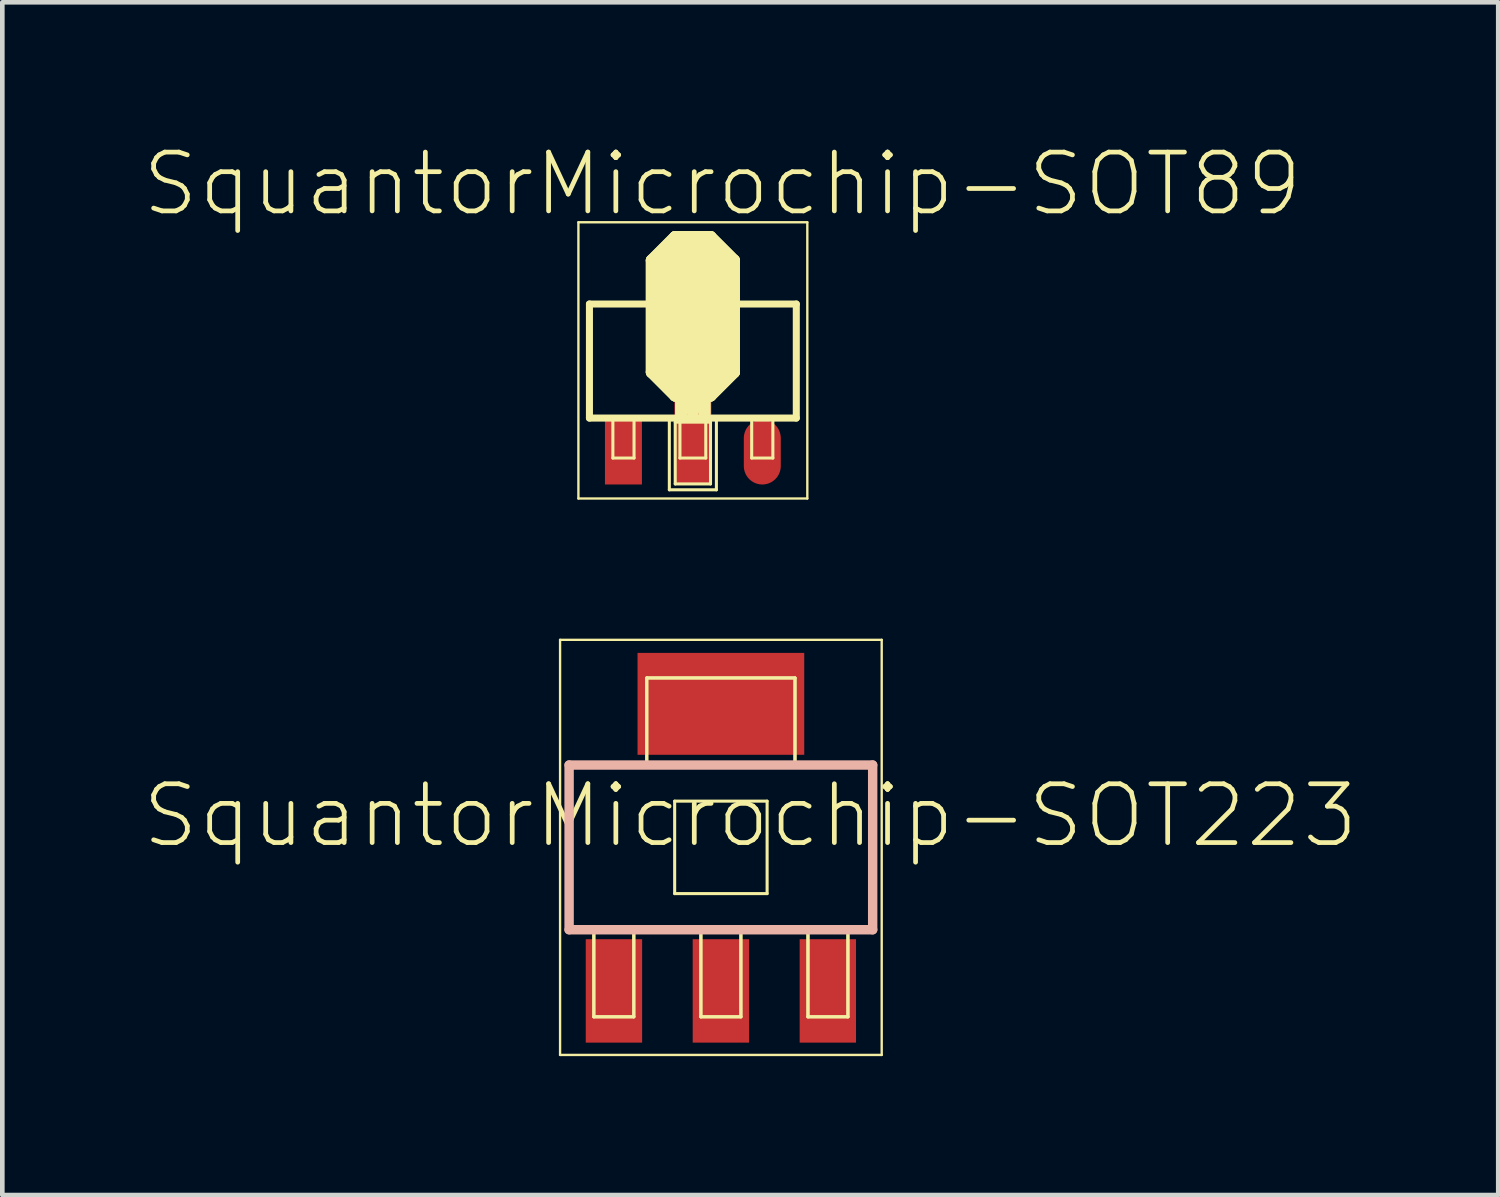
<source format=kicad_pcb>
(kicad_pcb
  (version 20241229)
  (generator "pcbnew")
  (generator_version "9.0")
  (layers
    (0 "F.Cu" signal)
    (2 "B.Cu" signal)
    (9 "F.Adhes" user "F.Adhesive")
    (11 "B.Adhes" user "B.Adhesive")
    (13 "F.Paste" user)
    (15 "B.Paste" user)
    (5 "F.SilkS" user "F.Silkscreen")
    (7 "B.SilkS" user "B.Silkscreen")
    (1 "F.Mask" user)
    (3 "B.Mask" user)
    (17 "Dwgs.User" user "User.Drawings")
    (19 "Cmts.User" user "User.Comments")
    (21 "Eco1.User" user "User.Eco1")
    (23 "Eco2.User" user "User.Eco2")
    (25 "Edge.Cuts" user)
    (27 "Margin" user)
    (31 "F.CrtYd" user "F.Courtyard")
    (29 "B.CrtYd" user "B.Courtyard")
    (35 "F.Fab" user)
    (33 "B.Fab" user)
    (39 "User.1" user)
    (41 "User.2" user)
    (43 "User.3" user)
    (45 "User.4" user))
  (footprint "SquantorMicrochip-SOT89"
    (layer "F.Cu")
    (at 11.909 4.731)
    (property "Reference" "SquantorMicrochip-SOT89" (at 0.635 -3.81 0) (layer "F.SilkS") (effects (font (size 1.27 1.27) (thickness 0.102))))
    (attr smd)
    (fp_line (start -2.471 -2.982) (end 2.471 -2.982) (stroke (width 0.051) (type solid)) (layer "F.SilkS"))
    (fp_line (start -2.471 2.982) (end -2.471 -2.982) (stroke (width 0.051) (type solid)) (layer "F.SilkS"))
    (fp_line (start -2.233 -1.217) (end 2.233 -1.217) (stroke (width 0.152) (type solid)) (layer "F.SilkS"))
    (fp_line (start -2.233 1.245) (end -2.233 -1.217) (stroke (width 0.152) (type solid)) (layer "F.SilkS"))
    (fp_line (start -1.727 1.27) (end -1.27 1.27) (stroke (width 0.066) (type solid)) (layer "F.SilkS"))
    (fp_line (start -1.727 2.108) (end -1.727 1.27) (stroke (width 0.066) (type solid)) (layer "F.SilkS"))
    (fp_line (start -1.727 2.108) (end -1.27 2.108) (stroke (width 0.066) (type solid)) (layer "F.SilkS"))
    (fp_line (start -1.27 2.108) (end -1.27 1.27) (stroke (width 0.066) (type solid)) (layer "F.SilkS"))
    (fp_line (start -0.889 -2.159) (end -0.381 -2.667) (stroke (width 0.254) (type solid)) (layer "F.SilkS"))
    (fp_line (start -0.889 -2.159) (end -0.381 -2.667) (stroke (width 0.254) (type solid)) (layer "F.SilkS"))
    (fp_line (start -0.889 0.254) (end -0.889 -2.159) (stroke (width 0.254) (type solid)) (layer "F.SilkS"))
    (fp_line (start -0.889 0.254) (end -0.889 -2.159) (stroke (width 0.254) (type solid)) (layer "F.SilkS"))
    (fp_line (start -0.787 -1.575) (end -0.356 -2.007) (stroke (width 0.198) (type solid)) (layer "F.SilkS"))
    (fp_line (start -0.787 -1.575) (end -0.356 -2.007) (stroke (width 0.203) (type solid)) (layer "F.SilkS"))
    (fp_line (start -0.787 -1.321) (end -0.787 -1.575) (stroke (width 0.198) (type solid)) (layer "F.SilkS"))
    (fp_line (start -0.787 -1.293) (end -0.787 -1.575) (stroke (width 0.203) (type solid)) (layer "F.SilkS"))
    (fp_line (start -0.787 -1.293) (end -0.787 -1.321) (stroke (width 0.198) (type solid)) (layer "F.SilkS"))
    (fp_line (start -0.508 1.27) (end 0.508 1.27) (stroke (width 0.066) (type solid)) (layer "F.SilkS"))
    (fp_line (start -0.508 2.794) (end -0.508 1.27) (stroke (width 0.066) (type solid)) (layer "F.SilkS"))
    (fp_line (start -0.508 2.794) (end 0.508 2.794) (stroke (width 0.066) (type solid)) (layer "F.SilkS"))
    (fp_line (start -0.381 -2.667) (end 0.381 -2.667) (stroke (width 0.254) (type solid)) (layer "F.SilkS"))
    (fp_line (start -0.381 -2.667) (end 0.381 -2.667) (stroke (width 0.254) (type solid)) (layer "F.SilkS"))
    (fp_line (start -0.381 0.762) (end -0.889 0.254) (stroke (width 0.254) (type solid)) (layer "F.SilkS"))
    (fp_line (start -0.381 0.762) (end -0.889 0.254) (stroke (width 0.254) (type solid)) (layer "F.SilkS"))
    (fp_line (start -0.381 1.333) (end 0.381 1.333) (stroke (width 0.066) (type solid)) (layer "F.SilkS"))
    (fp_line (start -0.381 2.667) (end -0.381 1.333) (stroke (width 0.066) (type solid)) (layer "F.SilkS"))
    (fp_line (start -0.381 2.667) (end 0.381 2.667) (stroke (width 0.066) (type solid)) (layer "F.SilkS"))
    (fp_line (start -0.356 -2.007) (end 0.356 -2.007) (stroke (width 0.198) (type solid)) (layer "F.SilkS"))
    (fp_line (start -0.356 -2.007) (end 0.356 -2.007) (stroke (width 0.203) (type solid)) (layer "F.SilkS"))
    (fp_line (start -0.279 1.27) (end 0.279 1.27) (stroke (width 0.066) (type solid)) (layer "F.SilkS"))
    (fp_line (start -0.279 2.108) (end -0.279 1.27) (stroke (width 0.066) (type solid)) (layer "F.SilkS"))
    (fp_line (start -0.279 2.108) (end 0.279 2.108) (stroke (width 0.066) (type solid)) (layer "F.SilkS"))
    (fp_line (start -0.254 0.762) (end -0.381 0.762) (stroke (width 0.254) (type solid)) (layer "F.SilkS"))
    (fp_line (start -0.254 0.762) (end -0.381 0.762) (stroke (width 0.254) (type solid)) (layer "F.SilkS"))
    (fp_line (start -0.254 1.143) (end -0.254 0.762) (stroke (width 0.254) (type solid)) (layer "F.SilkS"))
    (fp_line (start -0.254 1.143) (end -0.254 0.762) (stroke (width 0.254) (type solid)) (layer "F.SilkS"))
    (fp_line (start 0 -0.191) (end 0 -1.651) (stroke (width 1.798) (type solid)) (layer "F.SilkS"))
    (fp_line (start 0 0) (end 0 -1.778) (stroke (width 1.676) (type solid)) (layer "F.SilkS"))
    (fp_line (start 0 0) (end 0 -1.778) (stroke (width 1.676) (type solid)) (layer "F.SilkS"))
    (fp_line (start 0 0.762) (end 0 0) (stroke (width 0.762) (type solid)) (layer "F.SilkS"))
    (fp_line (start 0 0.762) (end 0 0) (stroke (width 0.762) (type solid)) (layer "F.SilkS"))
    (fp_line (start 0 1.143) (end 0 0.762) (stroke (width 0.254) (type solid)) (layer "F.SilkS"))
    (fp_line (start 0.254 0.762) (end 0.254 1.143) (stroke (width 0.254) (type solid)) (layer "F.SilkS"))
    (fp_line (start 0.254 0.762) (end 0.254 1.143) (stroke (width 0.254) (type solid)) (layer "F.SilkS"))
    (fp_line (start 0.279 2.108) (end 0.279 1.27) (stroke (width 0.066) (type solid)) (layer "F.SilkS"))
    (fp_line (start 0.356 -2.007) (end 0.787 -1.575) (stroke (width 0.198) (type solid)) (layer "F.SilkS"))
    (fp_line (start 0.356 -2.007) (end 0.787 -1.575) (stroke (width 0.203) (type solid)) (layer "F.SilkS"))
    (fp_line (start 0.381 -2.667) (end 0.889 -2.159) (stroke (width 0.254) (type solid)) (layer "F.SilkS"))
    (fp_line (start 0.381 -2.667) (end 0.889 -2.159) (stroke (width 0.254) (type solid)) (layer "F.SilkS"))
    (fp_line (start 0.381 0.762) (end 0.254 0.762) (stroke (width 0.254) (type solid)) (layer "F.SilkS"))
    (fp_line (start 0.381 0.762) (end 0.254 0.762) (stroke (width 0.254) (type solid)) (layer "F.SilkS"))
    (fp_line (start 0.381 2.667) (end 0.381 1.333) (stroke (width 0.066) (type solid)) (layer "F.SilkS"))
    (fp_line (start 0.508 2.794) (end 0.508 1.27) (stroke (width 0.066) (type solid)) (layer "F.SilkS"))
    (fp_line (start 0.787 -1.575) (end 0.787 -1.293) (stroke (width 0.198) (type solid)) (layer "F.SilkS"))
    (fp_line (start 0.787 -1.575) (end 0.787 -1.293) (stroke (width 0.203) (type solid)) (layer "F.SilkS"))
    (fp_line (start 0.787 -1.293) (end -0.787 -1.293) (stroke (width 0.198) (type solid)) (layer "F.SilkS"))
    (fp_line (start 0.787 -1.293) (end -0.787 -1.293) (stroke (width 0.203) (type solid)) (layer "F.SilkS"))
    (fp_line (start 0.889 -2.159) (end 0.889 0.254) (stroke (width 0.254) (type solid)) (layer "F.SilkS"))
    (fp_line (start 0.889 -2.159) (end 0.889 0.254) (stroke (width 0.254) (type solid)) (layer "F.SilkS"))
    (fp_line (start 0.889 0.254) (end 0.381 0.762) (stroke (width 0.254) (type solid)) (layer "F.SilkS"))
    (fp_line (start 0.889 0.254) (end 0.381 0.762) (stroke (width 0.254) (type solid)) (layer "F.SilkS"))
    (fp_line (start 1.27 1.27) (end 1.727 1.27) (stroke (width 0.066) (type solid)) (layer "F.SilkS"))
    (fp_line (start 1.27 2.108) (end 1.27 1.27) (stroke (width 0.066) (type solid)) (layer "F.SilkS"))
    (fp_line (start 1.27 2.108) (end 1.727 2.108) (stroke (width 0.066) (type solid)) (layer "F.SilkS"))
    (fp_line (start 1.727 2.108) (end 1.727 1.27) (stroke (width 0.066) (type solid)) (layer "F.SilkS"))
    (fp_line (start 2.233 -1.217) (end 2.233 1.245) (stroke (width 0.152) (type solid)) (layer "F.SilkS"))
    (fp_line (start 2.233 1.245) (end -2.233 1.245) (stroke (width 0.152) (type solid)) (layer "F.SilkS"))
    (fp_line (start 2.471 -2.982) (end 2.471 2.982) (stroke (width 0.051) (type solid)) (layer "F.SilkS"))
    (fp_line (start 2.471 2.982) (end -2.471 2.982) (stroke (width 0.051) (type solid)) (layer "F.SilkS"))
    (pad "1" smd rect (at -1.499 1.979) (size 0.798 1.4) (layers "F.Cu" "F.Mask" "F.Paste"))
    (pad "2" smd rect (at 0 1.725) (size 0.798 1.9) (layers "F.Cu" "F.Mask" "F.Paste"))
    (pad "2.1" smd oval (at 0 -0.889) (size 1.999 3.498) (layers "F.Cu" "F.Mask" "F.Paste"))
    (pad "3" smd oval (at 1.499 1.979) (size 0.798 1.4) (layers "F.Cu" "F.Mask" "F.Paste")))
  (footprint "SquantorMicrochip-SOT223"
    (layer "F.Cu")
    (at 12.514 15.245)
    (property "Reference" "SquantorMicrochip-SOT223" (at 0.635 -0.686 0) (layer "F.SilkS") (effects (font (size 1.27 1.27) (thickness 0.102))))
    (attr smd)
    (fp_line (start -3.472 -4.481) (end 3.472 -4.481) (stroke (width 0.051) (type solid)) (layer "F.SilkS"))
    (fp_line (start -3.472 4.481) (end -3.472 -4.481) (stroke (width 0.051) (type solid)) (layer "F.SilkS"))
    (fp_line (start -2.743 1.801) (end -1.88 1.801) (stroke (width 0.066) (type solid)) (layer "F.SilkS"))
    (fp_line (start -2.743 1.801) (end -1.88 1.801) (stroke (width 0.066) (type solid)) (layer "F.SilkS"))
    (fp_line (start -2.743 3.658) (end -2.743 1.801) (stroke (width 0.066) (type solid)) (layer "F.SilkS"))
    (fp_line (start -2.743 3.658) (end -2.743 1.801) (stroke (width 0.066) (type solid)) (layer "F.SilkS"))
    (fp_line (start -2.743 3.658) (end -1.88 3.658) (stroke (width 0.066) (type solid)) (layer "F.SilkS"))
    (fp_line (start -2.743 3.658) (end -1.88 3.658) (stroke (width 0.066) (type solid)) (layer "F.SilkS"))
    (fp_line (start -1.88 3.658) (end -1.88 1.801) (stroke (width 0.066) (type solid)) (layer "F.SilkS"))
    (fp_line (start -1.88 3.658) (end -1.88 1.801) (stroke (width 0.066) (type solid)) (layer "F.SilkS"))
    (fp_line (start -1.6 -3.658) (end 1.6 -3.658) (stroke (width 0.066) (type solid)) (layer "F.SilkS"))
    (fp_line (start -1.6 -3.658) (end 1.6 -3.658) (stroke (width 0.066) (type solid)) (layer "F.SilkS"))
    (fp_line (start -1.6 -1.801) (end -1.6 -3.658) (stroke (width 0.066) (type solid)) (layer "F.SilkS"))
    (fp_line (start -1.6 -1.801) (end -1.6 -3.658) (stroke (width 0.066) (type solid)) (layer "F.SilkS"))
    (fp_line (start -1.6 -1.801) (end 1.6 -1.801) (stroke (width 0.066) (type solid)) (layer "F.SilkS"))
    (fp_line (start -1.6 -1.801) (end 1.6 -1.801) (stroke (width 0.066) (type solid)) (layer "F.SilkS"))
    (fp_line (start -0.998 -0.998) (end 0.998 -0.998) (stroke (width 0.066) (type solid)) (layer "F.SilkS"))
    (fp_line (start -0.998 0.998) (end -0.998 -0.998) (stroke (width 0.066) (type solid)) (layer "F.SilkS"))
    (fp_line (start -0.998 0.998) (end 0.998 0.998) (stroke (width 0.066) (type solid)) (layer "F.SilkS"))
    (fp_line (start -0.432 1.801) (end 0.432 1.801) (stroke (width 0.066) (type solid)) (layer "F.SilkS"))
    (fp_line (start -0.432 1.801) (end 0.432 1.801) (stroke (width 0.066) (type solid)) (layer "F.SilkS"))
    (fp_line (start -0.432 3.658) (end -0.432 1.801) (stroke (width 0.066) (type solid)) (layer "F.SilkS"))
    (fp_line (start -0.432 3.658) (end -0.432 1.801) (stroke (width 0.066) (type solid)) (layer "F.SilkS"))
    (fp_line (start -0.432 3.658) (end 0.432 3.658) (stroke (width 0.066) (type solid)) (layer "F.SilkS"))
    (fp_line (start -0.432 3.658) (end 0.432 3.658) (stroke (width 0.066) (type solid)) (layer "F.SilkS"))
    (fp_line (start 0.432 3.658) (end 0.432 1.801) (stroke (width 0.066) (type solid)) (layer "F.SilkS"))
    (fp_line (start 0.432 3.658) (end 0.432 1.801) (stroke (width 0.066) (type solid)) (layer "F.SilkS"))
    (fp_line (start 0.998 0.998) (end 0.998 -0.998) (stroke (width 0.066) (type solid)) (layer "F.SilkS"))
    (fp_line (start 1.6 -1.801) (end 1.6 -3.658) (stroke (width 0.066) (type solid)) (layer "F.SilkS"))
    (fp_line (start 1.6 -1.801) (end 1.6 -3.658) (stroke (width 0.066) (type solid)) (layer "F.SilkS"))
    (fp_line (start 1.88 1.801) (end 2.743 1.801) (stroke (width 0.066) (type solid)) (layer "F.SilkS"))
    (fp_line (start 1.88 1.801) (end 2.743 1.801) (stroke (width 0.066) (type solid)) (layer "F.SilkS"))
    (fp_line (start 1.88 3.658) (end 1.88 1.801) (stroke (width 0.066) (type solid)) (layer "F.SilkS"))
    (fp_line (start 1.88 3.658) (end 1.88 1.801) (stroke (width 0.066) (type solid)) (layer "F.SilkS"))
    (fp_line (start 1.88 3.658) (end 2.743 3.658) (stroke (width 0.066) (type solid)) (layer "F.SilkS"))
    (fp_line (start 1.88 3.658) (end 2.743 3.658) (stroke (width 0.066) (type solid)) (layer "F.SilkS"))
    (fp_line (start 2.743 3.658) (end 2.743 1.801) (stroke (width 0.066) (type solid)) (layer "F.SilkS"))
    (fp_line (start 2.743 3.658) (end 2.743 1.801) (stroke (width 0.066) (type solid)) (layer "F.SilkS"))
    (fp_line (start 3.472 -4.481) (end 3.472 4.481) (stroke (width 0.051) (type solid)) (layer "F.SilkS"))
    (fp_line (start 3.472 4.481) (end -3.472 4.481) (stroke (width 0.051) (type solid)) (layer "F.SilkS"))
    (fp_line (start -3.277 -1.778) (end 3.277 -1.778) (stroke (width 0.203) (type solid)) (layer "B.SilkS"))
    (fp_line (start -3.277 1.778) (end -3.277 -1.778) (stroke (width 0.203) (type solid)) (layer "B.SilkS"))
    (fp_line (start 3.277 -1.778) (end 3.277 1.778) (stroke (width 0.203) (type solid)) (layer "B.SilkS"))
    (fp_line (start 3.277 1.778) (end -3.277 1.778) (stroke (width 0.203) (type solid)) (layer "B.SilkS"))
    (pad "1" smd rect (at -2.309 3.099) (size 1.217 2.233) (layers "F.Cu" "F.Mask" "F.Paste"))
    (pad "2" smd rect (at 0 3.099) (size 1.217 2.233) (layers "F.Cu" "F.Mask" "F.Paste"))
    (pad "3" smd rect (at 2.309 3.099) (size 1.217 2.233) (layers "F.Cu" "F.Mask" "F.Paste"))
    (pad "4" smd rect (at 0 -3.099) (size 3.599 2.2) (layers "F.Cu" "F.Mask" "F.Paste")))
  (gr_rect
    (start -3 -3)
    (end 29.297 22.751)
    (stroke (width 0.1) (type default))
    (fill no)
    (layer "Edge.Cuts")))
</source>
